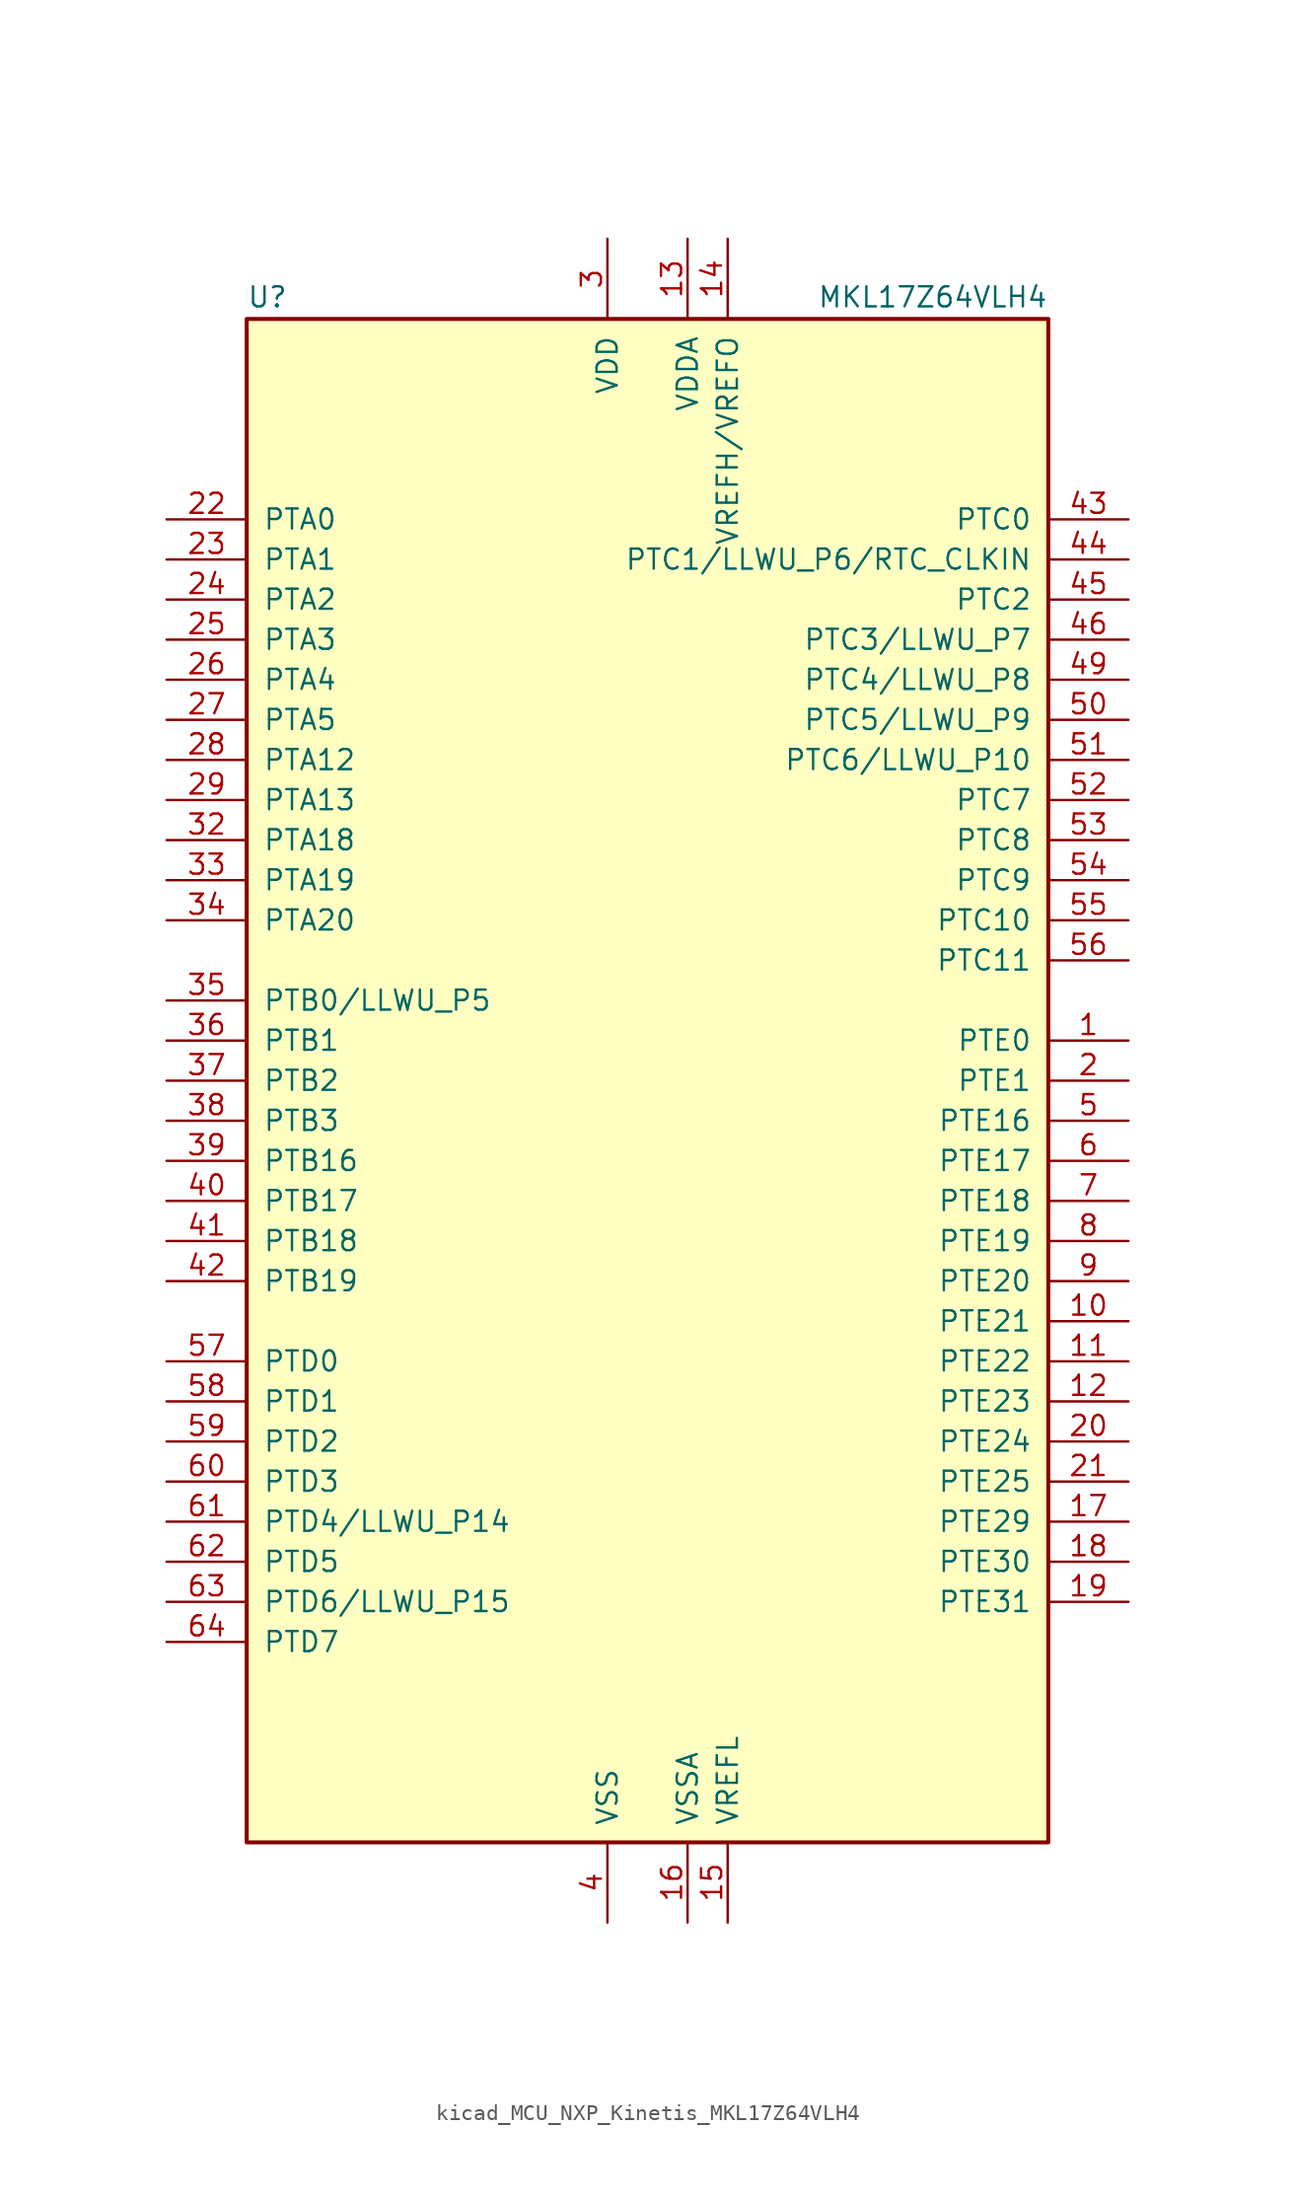
<source format=kicad_sym>
(kicad_symbol_lib
  (version 20220914)
  (generator kicad_symbol_editor)
  (symbol "kicad_MCU_NXP_Kinetis_MKL17Z64VLH4"
    (pin_names
      (offset 1.016))
    (property "Reference" "U"
      (at -25.4 48.895 0)
      (effects (font (size 1.27 1.27)) (justify left bottom)))
    (property "Value" "MKL17Z64VLH4"
      (at 25.4 48.895 0)
      (effects (font (size 1.27 1.27)) (justify right bottom)))
    (symbol "kicad_MCU_NXP_Kinetis_MKL17Z64VLH4_0_1"
      (rectangle (start -25.4 48.26) (end 25.4 -48.26) (stroke (width 0.254) (type default)) (fill (type background))))
    (symbol "kicad_MCU_NXP_Kinetis_MKL17Z64VLH4_1_1"
      (pin bidirectional line (at 30.48 2.54 180) (length 5.08) (name "PTE0" (effects (font (size 1.27 1.27)))) (number "1" (effects (font (size 1.27 1.27)))))
      (pin bidirectional line (at 30.48 -15.24 180) (length 5.08) (name "PTE21" (effects (font (size 1.27 1.27)))) (number "10" (effects (font (size 1.27 1.27)))))
      (pin bidirectional line (at 30.48 -17.78 180) (length 5.08) (name "PTE22" (effects (font (size 1.27 1.27)))) (number "11" (effects (font (size 1.27 1.27)))))
      (pin bidirectional line (at 30.48 -20.32 180) (length 5.08) (name "PTE23" (effects (font (size 1.27 1.27)))) (number "12" (effects (font (size 1.27 1.27)))))
      (pin power_in line (at 2.54 53.34 270) (length 5.08) (name "VDDA" (effects (font (size 1.27 1.27)))) (number "13" (effects (font (size 1.27 1.27)))))
      (pin power_in line (at 5.08 53.34 270) (length 5.08) (name "VREFH/VREFO" (effects (font (size 1.27 1.27)))) (number "14" (effects (font (size 1.27 1.27)))))
      (pin power_in line (at 5.08 -53.34 90) (length 5.08) (name "VREFL" (effects (font (size 1.27 1.27)))) (number "15" (effects (font (size 1.27 1.27)))))
      (pin power_in line (at 2.54 -53.34 90) (length 5.08) (name "VSSA" (effects (font (size 1.27 1.27)))) (number "16" (effects (font (size 1.27 1.27)))))
      (pin bidirectional line (at 30.48 -27.94 180) (length 5.08) (name "PTE29" (effects (font (size 1.27 1.27)))) (number "17" (effects (font (size 1.27 1.27)))))
      (pin bidirectional line (at 30.48 -30.48 180) (length 5.08) (name "PTE30" (effects (font (size 1.27 1.27)))) (number "18" (effects (font (size 1.27 1.27)))))
      (pin bidirectional line (at 30.48 -33.02 180) (length 5.08) (name "PTE31" (effects (font (size 1.27 1.27)))) (number "19" (effects (font (size 1.27 1.27)))))
      (pin bidirectional line (at 30.48 0 180) (length 5.08) (name "PTE1" (effects (font (size 1.27 1.27)))) (number "2" (effects (font (size 1.27 1.27)))))
      (pin bidirectional line (at 30.48 -22.86 180) (length 5.08) (name "PTE24" (effects (font (size 1.27 1.27)))) (number "20" (effects (font (size 1.27 1.27)))))
      (pin bidirectional line (at 30.48 -25.4 180) (length 5.08) (name "PTE25" (effects (font (size 1.27 1.27)))) (number "21" (effects (font (size 1.27 1.27)))))
      (pin bidirectional line (at -30.48 35.56 0) (length 5.08) (name "PTA0" (effects (font (size 1.27 1.27)))) (number "22" (effects (font (size 1.27 1.27)))))
      (pin bidirectional line (at -30.48 33.02 0) (length 5.08) (name "PTA1" (effects (font (size 1.27 1.27)))) (number "23" (effects (font (size 1.27 1.27)))))
      (pin bidirectional line (at -30.48 30.48 0) (length 5.08) (name "PTA2" (effects (font (size 1.27 1.27)))) (number "24" (effects (font (size 1.27 1.27)))))
      (pin bidirectional line (at -30.48 27.94 0) (length 5.08) (name "PTA3" (effects (font (size 1.27 1.27)))) (number "25" (effects (font (size 1.27 1.27)))))
      (pin bidirectional line (at -30.48 25.4 0) (length 5.08) (name "PTA4" (effects (font (size 1.27 1.27)))) (number "26" (effects (font (size 1.27 1.27)))))
      (pin bidirectional line (at -30.48 22.86 0) (length 5.08) (name "PTA5" (effects (font (size 1.27 1.27)))) (number "27" (effects (font (size 1.27 1.27)))))
      (pin bidirectional line (at -30.48 20.32 0) (length 5.08) (name "PTA12" (effects (font (size 1.27 1.27)))) (number "28" (effects (font (size 1.27 1.27)))))
      (pin bidirectional line (at -30.48 17.78 0) (length 5.08) (name "PTA13" (effects (font (size 1.27 1.27)))) (number "29" (effects (font (size 1.27 1.27)))))
      (pin power_in line (at -2.54 53.34 270) (length 5.08) (name "VDD" (effects (font (size 1.27 1.27)))) (number "3" (effects (font (size 1.27 1.27)))))
      (pin passive line (at -2.54 53.34 270) (length 5.08) hide (name "VDD" (effects (font (size 1.27 1.27)))) (number "30" (effects (font (size 1.27 1.27)))))
      (pin passive line (at -2.54 -53.34 90) (length 5.08) hide (name "VSS" (effects (font (size 1.27 1.27)))) (number "31" (effects (font (size 1.27 1.27)))))
      (pin bidirectional line (at -30.48 15.24 0) (length 5.08) (name "PTA18" (effects (font (size 1.27 1.27)))) (number "32" (effects (font (size 1.27 1.27)))))
      (pin bidirectional line (at -30.48 12.7 0) (length 5.08) (name "PTA19" (effects (font (size 1.27 1.27)))) (number "33" (effects (font (size 1.27 1.27)))))
      (pin bidirectional line (at -30.48 10.16 0) (length 5.08) (name "PTA20" (effects (font (size 1.27 1.27)))) (number "34" (effects (font (size 1.27 1.27)))))
      (pin bidirectional line (at -30.48 5.08 0) (length 5.08) (name "PTB0/LLWU_P5" (effects (font (size 1.27 1.27)))) (number "35" (effects (font (size 1.27 1.27)))))
      (pin bidirectional line (at -30.48 2.54 0) (length 5.08) (name "PTB1" (effects (font (size 1.27 1.27)))) (number "36" (effects (font (size 1.27 1.27)))))
      (pin bidirectional line (at -30.48 0 0) (length 5.08) (name "PTB2" (effects (font (size 1.27 1.27)))) (number "37" (effects (font (size 1.27 1.27)))))
      (pin bidirectional line (at -30.48 -2.54 0) (length 5.08) (name "PTB3" (effects (font (size 1.27 1.27)))) (number "38" (effects (font (size 1.27 1.27)))))
      (pin bidirectional line (at -30.48 -5.08 0) (length 5.08) (name "PTB16" (effects (font (size 1.27 1.27)))) (number "39" (effects (font (size 1.27 1.27)))))
      (pin power_in line (at -2.54 -53.34 90) (length 5.08) (name "VSS" (effects (font (size 1.27 1.27)))) (number "4" (effects (font (size 1.27 1.27)))))
      (pin bidirectional line (at -30.48 -7.62 0) (length 5.08) (name "PTB17" (effects (font (size 1.27 1.27)))) (number "40" (effects (font (size 1.27 1.27)))))
      (pin bidirectional line (at -30.48 -10.16 0) (length 5.08) (name "PTB18" (effects (font (size 1.27 1.27)))) (number "41" (effects (font (size 1.27 1.27)))))
      (pin bidirectional line (at -30.48 -12.7 0) (length 5.08) (name "PTB19" (effects (font (size 1.27 1.27)))) (number "42" (effects (font (size 1.27 1.27)))))
      (pin bidirectional line (at 30.48 35.56 180) (length 5.08) (name "PTC0" (effects (font (size 1.27 1.27)))) (number "43" (effects (font (size 1.27 1.27)))))
      (pin bidirectional line (at 30.48 33.02 180) (length 5.08) (name "PTC1/LLWU_P6/RTC_CLKIN" (effects (font (size 1.27 1.27)))) (number "44" (effects (font (size 1.27 1.27)))))
      (pin bidirectional line (at 30.48 30.48 180) (length 5.08) (name "PTC2" (effects (font (size 1.27 1.27)))) (number "45" (effects (font (size 1.27 1.27)))))
      (pin bidirectional line (at 30.48 27.94 180) (length 5.08) (name "PTC3/LLWU_P7" (effects (font (size 1.27 1.27)))) (number "46" (effects (font (size 1.27 1.27)))))
      (pin passive line (at -2.54 -53.34 90) (length 5.08) hide (name "VSS" (effects (font (size 1.27 1.27)))) (number "47" (effects (font (size 1.27 1.27)))))
      (pin passive line (at -2.54 53.34 270) (length 5.08) hide (name "VDD" (effects (font (size 1.27 1.27)))) (number "48" (effects (font (size 1.27 1.27)))))
      (pin bidirectional line (at 30.48 25.4 180) (length 5.08) (name "PTC4/LLWU_P8" (effects (font (size 1.27 1.27)))) (number "49" (effects (font (size 1.27 1.27)))))
      (pin bidirectional line (at 30.48 -2.54 180) (length 5.08) (name "PTE16" (effects (font (size 1.27 1.27)))) (number "5" (effects (font (size 1.27 1.27)))))
      (pin bidirectional line (at 30.48 22.86 180) (length 5.08) (name "PTC5/LLWU_P9" (effects (font (size 1.27 1.27)))) (number "50" (effects (font (size 1.27 1.27)))))
      (pin bidirectional line (at 30.48 20.32 180) (length 5.08) (name "PTC6/LLWU_P10" (effects (font (size 1.27 1.27)))) (number "51" (effects (font (size 1.27 1.27)))))
      (pin bidirectional line (at 30.48 17.78 180) (length 5.08) (name "PTC7" (effects (font (size 1.27 1.27)))) (number "52" (effects (font (size 1.27 1.27)))))
      (pin bidirectional line (at 30.48 15.24 180) (length 5.08) (name "PTC8" (effects (font (size 1.27 1.27)))) (number "53" (effects (font (size 1.27 1.27)))))
      (pin bidirectional line (at 30.48 12.7 180) (length 5.08) (name "PTC9" (effects (font (size 1.27 1.27)))) (number "54" (effects (font (size 1.27 1.27)))))
      (pin bidirectional line (at 30.48 10.16 180) (length 5.08) (name "PTC10" (effects (font (size 1.27 1.27)))) (number "55" (effects (font (size 1.27 1.27)))))
      (pin bidirectional line (at 30.48 7.62 180) (length 5.08) (name "PTC11" (effects (font (size 1.27 1.27)))) (number "56" (effects (font (size 1.27 1.27)))))
      (pin bidirectional line (at -30.48 -17.78 0) (length 5.08) (name "PTD0" (effects (font (size 1.27 1.27)))) (number "57" (effects (font (size 1.27 1.27)))))
      (pin bidirectional line (at -30.48 -20.32 0) (length 5.08) (name "PTD1" (effects (font (size 1.27 1.27)))) (number "58" (effects (font (size 1.27 1.27)))))
      (pin bidirectional line (at -30.48 -22.86 0) (length 5.08) (name "PTD2" (effects (font (size 1.27 1.27)))) (number "59" (effects (font (size 1.27 1.27)))))
      (pin bidirectional line (at 30.48 -5.08 180) (length 5.08) (name "PTE17" (effects (font (size 1.27 1.27)))) (number "6" (effects (font (size 1.27 1.27)))))
      (pin bidirectional line (at -30.48 -25.4 0) (length 5.08) (name "PTD3" (effects (font (size 1.27 1.27)))) (number "60" (effects (font (size 1.27 1.27)))))
      (pin bidirectional line (at -30.48 -27.94 0) (length 5.08) (name "PTD4/LLWU_P14" (effects (font (size 1.27 1.27)))) (number "61" (effects (font (size 1.27 1.27)))))
      (pin bidirectional line (at -30.48 -30.48 0) (length 5.08) (name "PTD5" (effects (font (size 1.27 1.27)))) (number "62" (effects (font (size 1.27 1.27)))))
      (pin bidirectional line (at -30.48 -33.02 0) (length 5.08) (name "PTD6/LLWU_P15" (effects (font (size 1.27 1.27)))) (number "63" (effects (font (size 1.27 1.27)))))
      (pin bidirectional line (at -30.48 -35.56 0) (length 5.08) (name "PTD7" (effects (font (size 1.27 1.27)))) (number "64" (effects (font (size 1.27 1.27)))))
      (pin bidirectional line (at 30.48 -7.62 180) (length 5.08) (name "PTE18" (effects (font (size 1.27 1.27)))) (number "7" (effects (font (size 1.27 1.27)))))
      (pin bidirectional line (at 30.48 -10.16 180) (length 5.08) (name "PTE19" (effects (font (size 1.27 1.27)))) (number "8" (effects (font (size 1.27 1.27)))))
      (pin bidirectional line (at 30.48 -12.7 180) (length 5.08) (name "PTE20" (effects (font (size 1.27 1.27)))) (number "9" (effects (font (size 1.27 1.27))))))))
</source>
